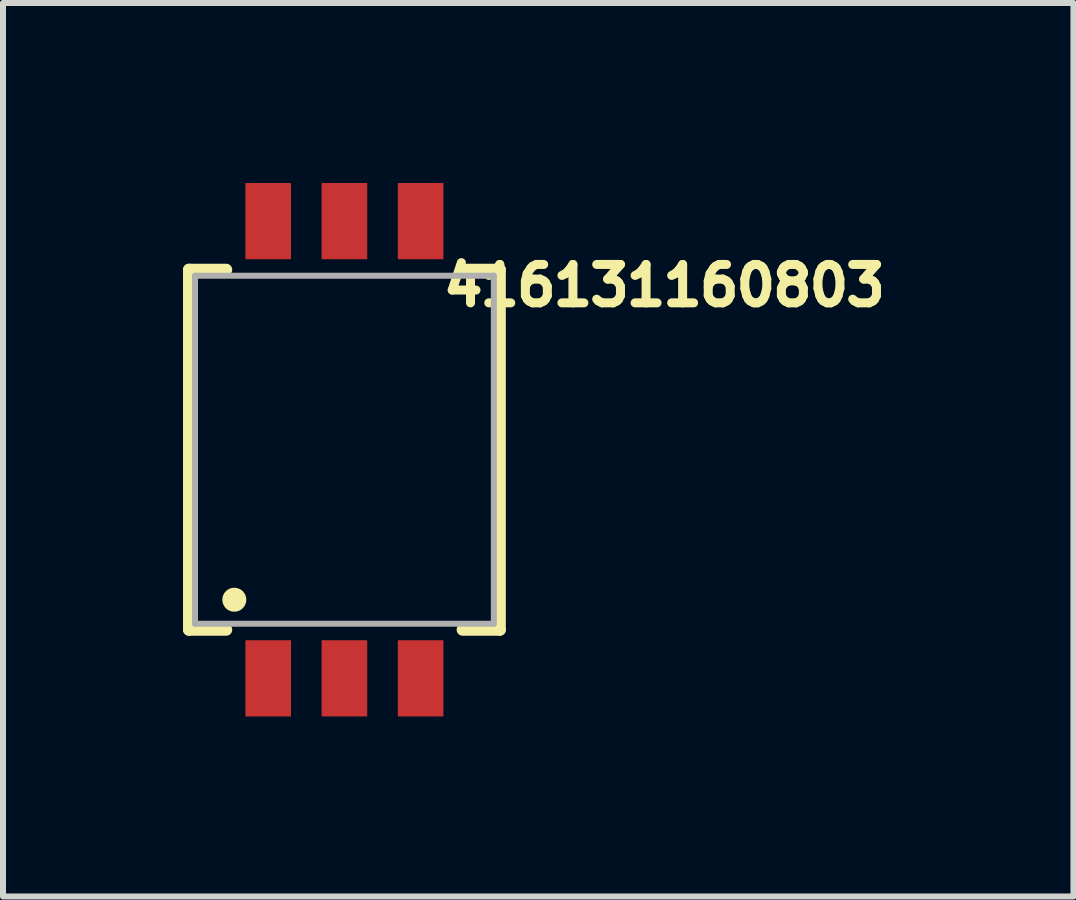
<source format=kicad_pcb>
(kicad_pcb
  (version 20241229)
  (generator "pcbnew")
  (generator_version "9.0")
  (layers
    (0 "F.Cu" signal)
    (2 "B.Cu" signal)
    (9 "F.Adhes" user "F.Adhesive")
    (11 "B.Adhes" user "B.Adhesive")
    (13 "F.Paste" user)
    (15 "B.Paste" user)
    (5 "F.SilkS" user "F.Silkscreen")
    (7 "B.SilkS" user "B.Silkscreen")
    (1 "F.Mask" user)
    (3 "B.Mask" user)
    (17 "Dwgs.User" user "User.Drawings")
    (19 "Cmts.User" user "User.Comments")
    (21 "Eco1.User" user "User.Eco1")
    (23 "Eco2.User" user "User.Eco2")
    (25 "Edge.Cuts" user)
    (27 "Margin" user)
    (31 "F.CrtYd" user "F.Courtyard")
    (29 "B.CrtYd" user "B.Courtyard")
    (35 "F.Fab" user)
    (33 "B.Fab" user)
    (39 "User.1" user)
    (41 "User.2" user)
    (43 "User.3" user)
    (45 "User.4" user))
  (footprint "416131160803"
    (layer "F.Cu")
    (at 2.69 4.445)
    (property "Reference" "416131160803" (at 5.332 -2.736 0) (layer "F.SilkS") (effects (font (size 0.64 0.64) (thickness 0.15))))
    (attr through_hole)
    (fp_line (start -2.59 -3) (end -2.59 3) (stroke (width 0.2) (type solid)) (layer "F.SilkS"))
    (fp_line (start -2.59 3) (end -1.97 3) (stroke (width 0.2) (type solid)) (layer "F.SilkS"))
    (fp_line (start -1.97 -3) (end -2.59 -3) (stroke (width 0.2) (type solid)) (layer "F.SilkS"))
    (fp_line (start 1.97 -3) (end 2.59 -3) (stroke (width 0.2) (type solid)) (layer "F.SilkS"))
    (fp_line (start 2.59 -3) (end 2.59 3) (stroke (width 0.2) (type solid)) (layer "F.SilkS"))
    (fp_line (start 2.59 3) (end 1.97 3) (stroke (width 0.2) (type solid)) (layer "F.SilkS"))
    (fp_circle (center -1.835 2.5) (end -1.735 2.5) (stroke (width 0.2) (type solid)) (fill no) (layer "F.SilkS"))
    (fp_line (start -2.49 -2.9) (end -2.49 2.9) (stroke (width 0.1) (type solid)) (layer "F.Fab"))
    (fp_line (start -2.49 -2.9) (end 2.49 -2.9) (stroke (width 0.1) (type solid)) (layer "F.Fab"))
    (fp_line (start -2.49 2.9) (end 2.49 2.9) (stroke (width 0.1) (type solid)) (layer "F.Fab"))
    (fp_line (start 2.49 -2.9) (end 2.49 2.9) (stroke (width 0.1) (type solid)) (layer "F.Fab"))
    (pad "1" smd rect (at -1.27 3.81) (size 0.76 1.27) (layers "F.Cu" "F.Mask" "F.Paste"))
    (pad "2" smd rect (at 0 3.81) (size 0.76 1.27) (layers "F.Cu" "F.Mask" "F.Paste"))
    (pad "3" smd rect (at 1.27 3.81) (size 0.76 1.27) (layers "F.Cu" "F.Mask" "F.Paste"))
    (pad "4" smd rect (at 1.27 -3.81) (size 0.76 1.27) (layers "F.Cu" "F.Mask" "F.Paste"))
    (pad "5" smd rect (at 0 -3.81) (size 0.76 1.27) (layers "F.Cu" "F.Mask" "F.Paste"))
    (pad "6" smd rect (at -1.27 -3.81) (size 0.76 1.27) (layers "F.Cu" "F.Mask" "F.Paste")))
  (gr_rect
    (start -3 -3)
    (end 14.84 11.89)
    (stroke (width 0.1) (type default))
    (fill no)
    (layer "Edge.Cuts")))
</source>
